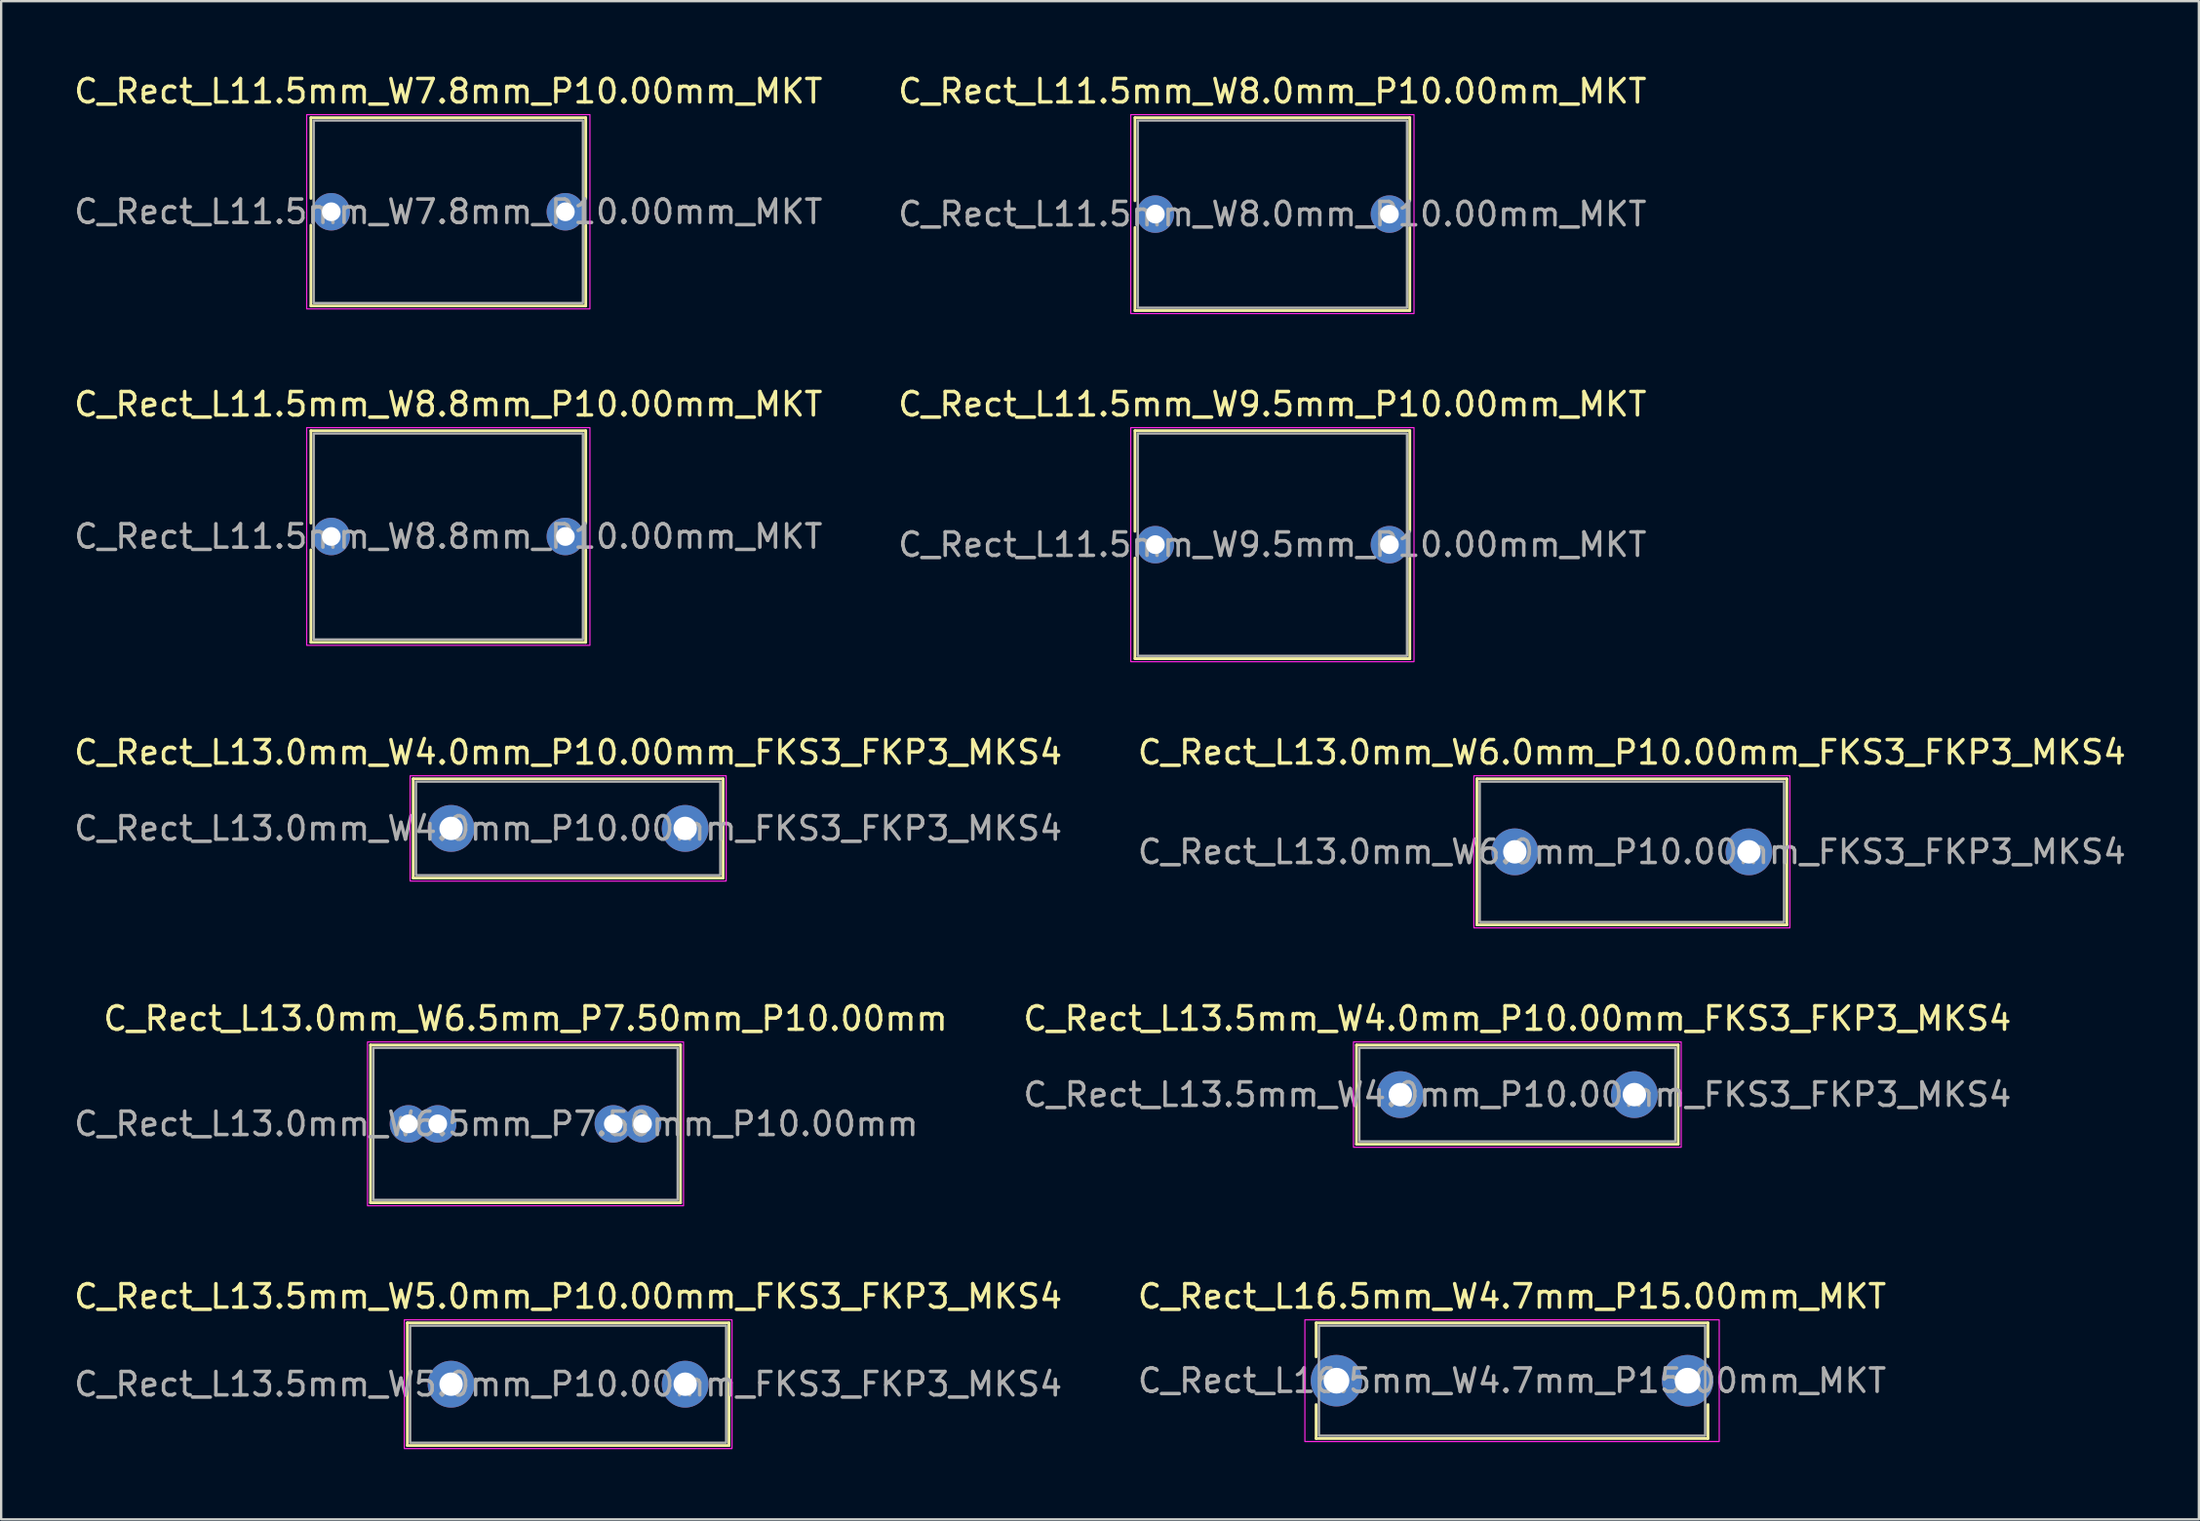
<source format=kicad_pcb>
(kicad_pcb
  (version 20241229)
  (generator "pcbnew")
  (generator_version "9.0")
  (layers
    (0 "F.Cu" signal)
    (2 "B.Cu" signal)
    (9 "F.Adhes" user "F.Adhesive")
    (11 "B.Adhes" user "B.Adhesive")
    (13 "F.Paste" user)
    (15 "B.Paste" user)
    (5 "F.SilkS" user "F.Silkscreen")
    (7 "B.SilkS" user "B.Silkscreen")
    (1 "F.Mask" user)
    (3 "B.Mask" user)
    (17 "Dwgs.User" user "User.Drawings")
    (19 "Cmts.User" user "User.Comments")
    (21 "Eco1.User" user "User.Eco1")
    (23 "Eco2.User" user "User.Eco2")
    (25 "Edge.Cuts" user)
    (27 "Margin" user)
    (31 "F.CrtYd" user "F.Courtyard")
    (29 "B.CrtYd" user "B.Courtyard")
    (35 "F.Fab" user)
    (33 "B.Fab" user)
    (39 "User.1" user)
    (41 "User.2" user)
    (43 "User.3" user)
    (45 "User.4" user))
  (footprint "C_Rect_L13.0mm_W6.0mm_P10.00mm_FKS3_FKP3_MKS4"
    (layer "F.Cu")
    (at 61.661 33.345)
    (property "Reference" "C_Rect_L13.0mm_W6.0mm_P10.00mm_FKS3_FKP3_MKS4" (at 5 -4.25 0) (layer "F.SilkS") (effects (font (size 1 1) (thickness 0.15))))
    (attr through_hole)
    (fp_line (start -1.62 -3.12) (end 11.62 -3.12) (stroke (width 0.12) (type solid)) (layer "F.SilkS"))
    (fp_line (start -1.62 3.12) (end -1.62 -3.12) (stroke (width 0.12) (type solid)) (layer "F.SilkS"))
    (fp_line (start 11.62 -3.12) (end 11.62 3.12) (stroke (width 0.12) (type solid)) (layer "F.SilkS"))
    (fp_line (start 11.62 3.12) (end -1.62 3.12) (stroke (width 0.12) (type solid)) (layer "F.SilkS"))
    (fp_rect (start -1.75 -3.25) (end 11.75 3.25) (stroke (width 0.05) (type solid)) (fill no) (layer "F.CrtYd"))
    (fp_rect (start -1.5 -3) (end 11.5 3) (stroke (width 0.1) (type solid)) (fill no) (layer "F.Fab"))
    (fp_text user "${REFERENCE}" (at 5 0 0) (layer "F.Fab") (effects (font (size 1 1) (thickness 0.15))))
    (pad "1" thru_hole circle (at 0 0) (size 2 2) (drill 1) (layers "*.Cu" "*.Mask"))
    (pad "2" thru_hole circle (at 10 0) (size 2 2) (drill 1) (layers "*.Cu" "*.Mask")))
  (footprint "C_Rect_L11.5mm_W8.0mm_P10.00mm_MKT"
    (layer "F.Cu")
    (at 46.304 6.098)
    (property "Reference" "C_Rect_L11.5mm_W8.0mm_P10.00mm_MKT" (at 5 -5.25 0) (layer "F.SilkS") (effects (font (size 1 1) (thickness 0.15))))
    (attr through_hole)
    (fp_line (start -0.87 -4.12) (end 10.87 -4.12) (stroke (width 0.12) (type solid)) (layer "F.SilkS"))
    (fp_line (start -0.87 -0.57) (end -0.87 -4.12) (stroke (width 0.12) (type solid)) (layer "F.SilkS"))
    (fp_line (start -0.87 4.12) (end -0.87 0.57) (stroke (width 0.12) (type solid)) (layer "F.SilkS"))
    (fp_line (start 10.87 -4.12) (end 10.87 -0.57) (stroke (width 0.12) (type solid)) (layer "F.SilkS"))
    (fp_line (start 10.87 0.57) (end 10.87 4.12) (stroke (width 0.12) (type solid)) (layer "F.SilkS"))
    (fp_line (start 10.87 4.12) (end -0.87 4.12) (stroke (width 0.12) (type solid)) (layer "F.SilkS"))
    (fp_rect (start -1.05 -4.25) (end 11.05 4.25) (stroke (width 0.05) (type solid)) (fill no) (layer "F.CrtYd"))
    (fp_rect (start -0.75 -4) (end 10.75 4) (stroke (width 0.1) (type solid)) (fill no) (layer "F.Fab"))
    (fp_text user "${REFERENCE}" (at 5 0 0) (layer "F.Fab") (effects (font (size 1 1) (thickness 0.15))))
    (pad "1" thru_hole circle (at 0 0) (size 1.6 1.6) (drill 0.8) (layers "*.Cu" "*.Mask"))
    (pad "2" thru_hole circle (at 10 0) (size 1.6 1.6) (drill 0.8) (layers "*.Cu" "*.Mask")))
  (footprint "C_Rect_L11.5mm_W9.5mm_P10.00mm_MKT"
    (layer "F.Cu")
    (at 46.304 20.221)
    (property "Reference" "C_Rect_L11.5mm_W9.5mm_P10.00mm_MKT" (at 5 -6 0) (layer "F.SilkS") (effects (font (size 1 1) (thickness 0.15))))
    (attr through_hole)
    (fp_line (start -0.87 -4.87) (end 10.87 -4.87) (stroke (width 0.12) (type solid)) (layer "F.SilkS"))
    (fp_line (start -0.87 -0.57) (end -0.87 -4.87) (stroke (width 0.12) (type solid)) (layer "F.SilkS"))
    (fp_line (start -0.87 4.87) (end -0.87 0.57) (stroke (width 0.12) (type solid)) (layer "F.SilkS"))
    (fp_line (start 10.87 -4.87) (end 10.87 -0.57) (stroke (width 0.12) (type solid)) (layer "F.SilkS"))
    (fp_line (start 10.87 0.57) (end 10.87 4.87) (stroke (width 0.12) (type solid)) (layer "F.SilkS"))
    (fp_line (start 10.87 4.87) (end -0.87 4.87) (stroke (width 0.12) (type solid)) (layer "F.SilkS"))
    (fp_rect (start -1.05 -5) (end 11.05 5) (stroke (width 0.05) (type solid)) (fill no) (layer "F.CrtYd"))
    (fp_rect (start -0.75 -4.75) (end 10.75 4.75) (stroke (width 0.1) (type solid)) (fill no) (layer "F.Fab"))
    (fp_text user "${REFERENCE}" (at 5 0 0) (layer "F.Fab") (effects (font (size 1 1) (thickness 0.15))))
    (pad "1" thru_hole circle (at 0 0) (size 1.6 1.6) (drill 0.8) (layers "*.Cu" "*.Mask"))
    (pad "2" thru_hole circle (at 10 0) (size 1.6 1.6) (drill 0.8) (layers "*.Cu" "*.Mask")))
  (footprint "C_Rect_L13.5mm_W4.0mm_P10.00mm_FKS3_FKP3_MKS4"
    (layer "F.Cu")
    (at 56.768 43.718)
    (property "Reference" "C_Rect_L13.5mm_W4.0mm_P10.00mm_FKS3_FKP3_MKS4" (at 5 -3.25 0) (layer "F.SilkS") (effects (font (size 1 1) (thickness 0.15))))
    (attr through_hole)
    (fp_line (start -1.87 -2.12) (end 11.87 -2.12) (stroke (width 0.12) (type solid)) (layer "F.SilkS"))
    (fp_line (start -1.87 2.12) (end -1.87 -2.12) (stroke (width 0.12) (type solid)) (layer "F.SilkS"))
    (fp_line (start 11.87 -2.12) (end 11.87 2.12) (stroke (width 0.12) (type solid)) (layer "F.SilkS"))
    (fp_line (start 11.87 2.12) (end -1.87 2.12) (stroke (width 0.12) (type solid)) (layer "F.SilkS"))
    (fp_rect (start -2 -2.25) (end 12 2.25) (stroke (width 0.05) (type solid)) (fill no) (layer "F.CrtYd"))
    (fp_rect (start -1.75 -2) (end 11.75 2) (stroke (width 0.1) (type solid)) (fill no) (layer "F.Fab"))
    (fp_text user "${REFERENCE}" (at 5 0 0) (layer "F.Fab") (effects (font (size 1 1) (thickness 0.15))))
    (pad "1" thru_hole circle (at 0 0) (size 2 2) (drill 1) (layers "*.Cu" "*.Mask"))
    (pad "2" thru_hole circle (at 10 0) (size 2 2) (drill 1) (layers "*.Cu" "*.Mask")))
  (footprint "C_Rect_L13.0mm_W6.5mm_P7.50mm_P10.00mm"
    (layer "F.Cu")
    (at 14.399 44.968)
    (property "Reference" "C_Rect_L13.0mm_W6.5mm_P7.50mm_P10.00mm" (at 5 -4.5 0) (layer "F.SilkS") (effects (font (size 1 1) (thickness 0.15))))
    (attr through_hole)
    (fp_line (start -1.62 -3.37) (end 11.62 -3.37) (stroke (width 0.12) (type solid)) (layer "F.SilkS"))
    (fp_line (start -1.62 3.37) (end -1.62 -3.37) (stroke (width 0.12) (type solid)) (layer "F.SilkS"))
    (fp_line (start 11.62 -3.37) (end 11.62 3.37) (stroke (width 0.12) (type solid)) (layer "F.SilkS"))
    (fp_line (start 11.62 3.37) (end -1.62 3.37) (stroke (width 0.12) (type solid)) (layer "F.SilkS"))
    (fp_rect (start -1.75 -3.5) (end 11.75 3.5) (stroke (width 0.05) (type solid)) (fill no) (layer "F.CrtYd"))
    (fp_rect (start -1.5 -3.25) (end 11.5 3.25) (stroke (width 0.1) (type solid)) (fill no) (layer "F.Fab"))
    (fp_text user "${REFERENCE}" (at 3.75 0 0) (layer "F.Fab") (effects (font (size 1 1) (thickness 0.15))))
    (pad "1" thru_hole circle (at 0 0) (size 1.6 1.6) (drill 0.8) (layers "*.Cu" "*.Mask"))
    (pad "1" thru_hole circle (at 1.25 0) (size 1.6 1.6) (drill 0.8) (layers "*.Cu" "*.Mask"))
    (pad "2" thru_hole circle (at 8.75 0) (size 1.6 1.6) (drill 0.8) (layers "*.Cu" "*.Mask"))
    (pad "2" thru_hole circle (at 10 0) (size 1.6 1.6) (drill 0.8) (layers "*.Cu" "*.Mask")))
  (footprint "C_Rect_L13.0mm_W4.0mm_P10.00mm_FKS3_FKP3_MKS4"
    (layer "F.Cu")
    (at 16.22 32.345)
    (property "Reference" "C_Rect_L13.0mm_W4.0mm_P10.00mm_FKS3_FKP3_MKS4" (at 5 -3.25 0) (layer "F.SilkS") (effects (font (size 1 1) (thickness 0.15))))
    (attr through_hole)
    (fp_line (start -1.62 -2.12) (end 11.62 -2.12) (stroke (width 0.12) (type solid)) (layer "F.SilkS"))
    (fp_line (start -1.62 2.12) (end -1.62 -2.12) (stroke (width 0.12) (type solid)) (layer "F.SilkS"))
    (fp_line (start 11.62 -2.12) (end 11.62 2.12) (stroke (width 0.12) (type solid)) (layer "F.SilkS"))
    (fp_line (start 11.62 2.12) (end -1.62 2.12) (stroke (width 0.12) (type solid)) (layer "F.SilkS"))
    (fp_rect (start -1.75 -2.25) (end 11.75 2.25) (stroke (width 0.05) (type solid)) (fill no) (layer "F.CrtYd"))
    (fp_rect (start -1.5 -2) (end 11.5 2) (stroke (width 0.1) (type solid)) (fill no) (layer "F.Fab"))
    (fp_text user "${REFERENCE}" (at 5 0 0) (layer "F.Fab") (effects (font (size 1 1) (thickness 0.15))))
    (pad "1" thru_hole circle (at 0 0) (size 2 2) (drill 1) (layers "*.Cu" "*.Mask"))
    (pad "2" thru_hole circle (at 10 0) (size 2 2) (drill 1) (layers "*.Cu" "*.Mask")))
  (footprint "C_Rect_L11.5mm_W8.8mm_P10.00mm_MKT"
    (layer "F.Cu")
    (at 11.101 19.872)
    (property "Reference" "C_Rect_L11.5mm_W8.8mm_P10.00mm_MKT" (at 5 -5.65 0) (layer "F.SilkS") (effects (font (size 1 1) (thickness 0.15))))
    (attr through_hole)
    (fp_line (start -0.87 -4.52) (end 10.87 -4.52) (stroke (width 0.12) (type solid)) (layer "F.SilkS"))
    (fp_line (start -0.87 -0.57) (end -0.87 -4.52) (stroke (width 0.12) (type solid)) (layer "F.SilkS"))
    (fp_line (start -0.87 4.52) (end -0.87 0.57) (stroke (width 0.12) (type solid)) (layer "F.SilkS"))
    (fp_line (start 10.87 -4.52) (end 10.87 -0.57) (stroke (width 0.12) (type solid)) (layer "F.SilkS"))
    (fp_line (start 10.87 0.57) (end 10.87 4.52) (stroke (width 0.12) (type solid)) (layer "F.SilkS"))
    (fp_line (start 10.87 4.52) (end -0.87 4.52) (stroke (width 0.12) (type solid)) (layer "F.SilkS"))
    (fp_rect (start -1.05 -4.65) (end 11.05 4.65) (stroke (width 0.05) (type solid)) (fill no) (layer "F.CrtYd"))
    (fp_rect (start -0.75 -4.4) (end 10.75 4.4) (stroke (width 0.1) (type solid)) (fill no) (layer "F.Fab"))
    (fp_text user "${REFERENCE}" (at 5 0 0) (layer "F.Fab") (effects (font (size 1 1) (thickness 0.15))))
    (pad "1" thru_hole circle (at 0 0) (size 1.6 1.6) (drill 0.8) (layers "*.Cu" "*.Mask"))
    (pad "2" thru_hole circle (at 10 0) (size 1.6 1.6) (drill 0.8) (layers "*.Cu" "*.Mask")))
  (footprint "C_Rect_L16.5mm_W4.7mm_P15.00mm_MKT"
    (layer "F.Cu")
    (at 54.042 55.941)
    (property "Reference" "C_Rect_L16.5mm_W4.7mm_P15.00mm_MKT" (at 7.5 -3.6 0) (layer "F.SilkS") (effects (font (size 1 1) (thickness 0.15))))
    (attr through_hole)
    (fp_line (start -0.87 -2.47) (end 15.87 -2.47) (stroke (width 0.12) (type solid)) (layer "F.SilkS"))
    (fp_line (start -0.87 -1.019) (end -0.87 -2.47) (stroke (width 0.12) (type solid)) (layer "F.SilkS"))
    (fp_line (start -0.87 2.47) (end -0.87 1.019) (stroke (width 0.12) (type solid)) (layer "F.SilkS"))
    (fp_line (start 15.87 -2.47) (end 15.87 -1.019) (stroke (width 0.12) (type solid)) (layer "F.SilkS"))
    (fp_line (start 15.87 1.019) (end 15.87 2.47) (stroke (width 0.12) (type solid)) (layer "F.SilkS"))
    (fp_line (start 15.87 2.47) (end -0.87 2.47) (stroke (width 0.12) (type solid)) (layer "F.SilkS"))
    (fp_rect (start -1.35 -2.6) (end 16.35 2.6) (stroke (width 0.05) (type solid)) (fill no) (layer "F.CrtYd"))
    (fp_rect (start -0.75 -2.35) (end 15.75 2.35) (stroke (width 0.1) (type solid)) (fill no) (layer "F.Fab"))
    (fp_text user "${REFERENCE}" (at 7.5 0 0) (layer "F.Fab") (effects (font (size 1 1) (thickness 0.15))))
    (pad "1" thru_hole circle (at 0 0) (size 2.2 2.2) (drill 1.1) (layers "*.Cu" "*.Mask"))
    (pad "2" thru_hole circle (at 15 0) (size 2.2 2.2) (drill 1.1) (layers "*.Cu" "*.Mask")))
  (footprint "C_Rect_L11.5mm_W7.8mm_P10.00mm_MKT"
    (layer "F.Cu")
    (at 11.101 5.998)
    (property "Reference" "C_Rect_L11.5mm_W7.8mm_P10.00mm_MKT" (at 5 -5.15 0) (layer "F.SilkS") (effects (font (size 1 1) (thickness 0.15))))
    (attr through_hole)
    (fp_line (start -0.87 -4.02) (end 10.87 -4.02) (stroke (width 0.12) (type solid)) (layer "F.SilkS"))
    (fp_line (start -0.87 -0.57) (end -0.87 -4.02) (stroke (width 0.12) (type solid)) (layer "F.SilkS"))
    (fp_line (start -0.87 4.02) (end -0.87 0.57) (stroke (width 0.12) (type solid)) (layer "F.SilkS"))
    (fp_line (start 10.87 -4.02) (end 10.87 -0.57) (stroke (width 0.12) (type solid)) (layer "F.SilkS"))
    (fp_line (start 10.87 0.57) (end 10.87 4.02) (stroke (width 0.12) (type solid)) (layer "F.SilkS"))
    (fp_line (start 10.87 4.02) (end -0.87 4.02) (stroke (width 0.12) (type solid)) (layer "F.SilkS"))
    (fp_rect (start -1.05 -4.15) (end 11.05 4.15) (stroke (width 0.05) (type solid)) (fill no) (layer "F.CrtYd"))
    (fp_rect (start -0.75 -3.9) (end 10.75 3.9) (stroke (width 0.1) (type solid)) (fill no) (layer "F.Fab"))
    (fp_text user "${REFERENCE}" (at 5 0 0) (layer "F.Fab") (effects (font (size 1 1) (thickness 0.15))))
    (pad "1" thru_hole circle (at 0 0) (size 1.6 1.6) (drill 0.8) (layers "*.Cu" "*.Mask"))
    (pad "2" thru_hole circle (at 10 0) (size 1.6 1.6) (drill 0.8) (layers "*.Cu" "*.Mask")))
  (footprint "C_Rect_L13.5mm_W5.0mm_P10.00mm_FKS3_FKP3_MKS4"
    (layer "F.Cu")
    (at 16.22 56.091)
    (property "Reference" "C_Rect_L13.5mm_W5.0mm_P10.00mm_FKS3_FKP3_MKS4" (at 5 -3.75 0) (layer "F.SilkS") (effects (font (size 1 1) (thickness 0.15))))
    (attr through_hole)
    (fp_line (start -1.87 -2.62) (end 11.87 -2.62) (stroke (width 0.12) (type solid)) (layer "F.SilkS"))
    (fp_line (start -1.87 2.62) (end -1.87 -2.62) (stroke (width 0.12) (type solid)) (layer "F.SilkS"))
    (fp_line (start 11.87 -2.62) (end 11.87 2.62) (stroke (width 0.12) (type solid)) (layer "F.SilkS"))
    (fp_line (start 11.87 2.62) (end -1.87 2.62) (stroke (width 0.12) (type solid)) (layer "F.SilkS"))
    (fp_rect (start -2 -2.75) (end 12 2.75) (stroke (width 0.05) (type solid)) (fill no) (layer "F.CrtYd"))
    (fp_rect (start -1.75 -2.5) (end 11.75 2.5) (stroke (width 0.1) (type solid)) (fill no) (layer "F.Fab"))
    (fp_text user "${REFERENCE}" (at 5 0 0) (layer "F.Fab") (effects (font (size 1 1) (thickness 0.15))))
    (pad "1" thru_hole circle (at 0 0) (size 2 2) (drill 1) (layers "*.Cu" "*.Mask"))
    (pad "2" thru_hole circle (at 10 0) (size 2 2) (drill 1) (layers "*.Cu" "*.Mask")))
  (gr_rect
    (start -3 -3)
    (end 90.881 61.866)
    (stroke (width 0.1) (type default))
    (fill no)
    (layer "Edge.Cuts")))
</source>
